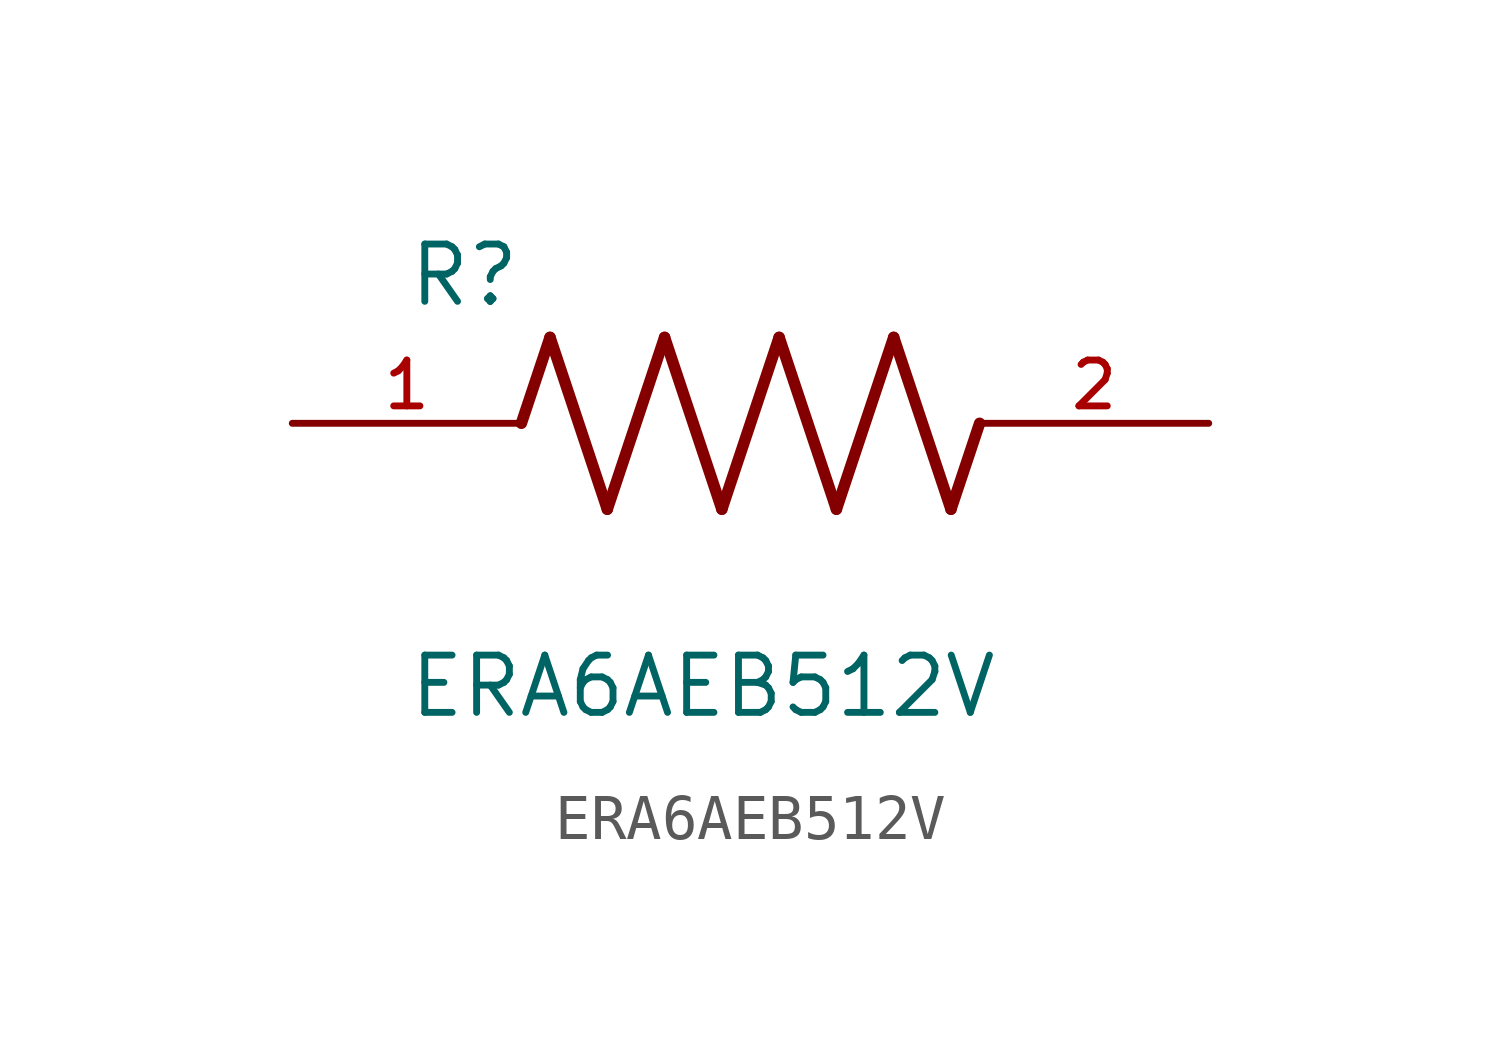
<source format=kicad_sym>
(kicad_symbol_lib
  (version 20211014)
  (generator kicad_symbol_editor)
  (symbol "ERA6AEB512V"
    (pin_names
      (offset 1.016))
    (property "Reference" "R"
      (at -7.624 2.541 0)
      (effects (font (size 1.27 1.27)) (justify bottom left)))
    (property "Value" "ERA6AEB512V"
      (at -7.624 -5.087 0)
      (effects (font (size 1.27 1.27)) (justify top left)))
    (symbol "ERA6AEB512V_0_0"
      (polyline (pts (xy -5.08 0.0) (xy -4.445 1.905)) (stroke (width 0.254)))
      (polyline (pts (xy -4.445 1.905) (xy -3.175 -1.905)) (stroke (width 0.254)))
      (polyline (pts (xy -3.175 -1.905) (xy -1.905 1.905)) (stroke (width 0.254)))
      (polyline (pts (xy -1.905 1.905) (xy -0.635 -1.905)) (stroke (width 0.254)))
      (polyline (pts (xy -0.635 -1.905) (xy 0.635 1.905)) (stroke (width 0.254)))
      (polyline (pts (xy 0.635 1.905) (xy 1.905 -1.905)) (stroke (width 0.254)))
      (polyline (pts (xy 1.905 -1.905) (xy 3.175 1.905)) (stroke (width 0.254)))
      (polyline (pts (xy 3.175 1.905) (xy 4.445 -1.905)) (stroke (width 0.254)))
      (polyline (pts (xy 4.445 -1.905) (xy 5.08 0.0)) (stroke (width 0.254)))
      (pin passive line (at -10.16 0.0 0) (length 5.08) (name "~" (effects (font (size 1.016 1.016)))) (number "1" (effects (font (size 1.016 1.016)))))
      (pin passive line (at 10.16 0.0 180.0) (length 5.08) (name "~" (effects (font (size 1.016 1.016)))) (number "2" (effects (font (size 1.016 1.016))))))))
</source>
